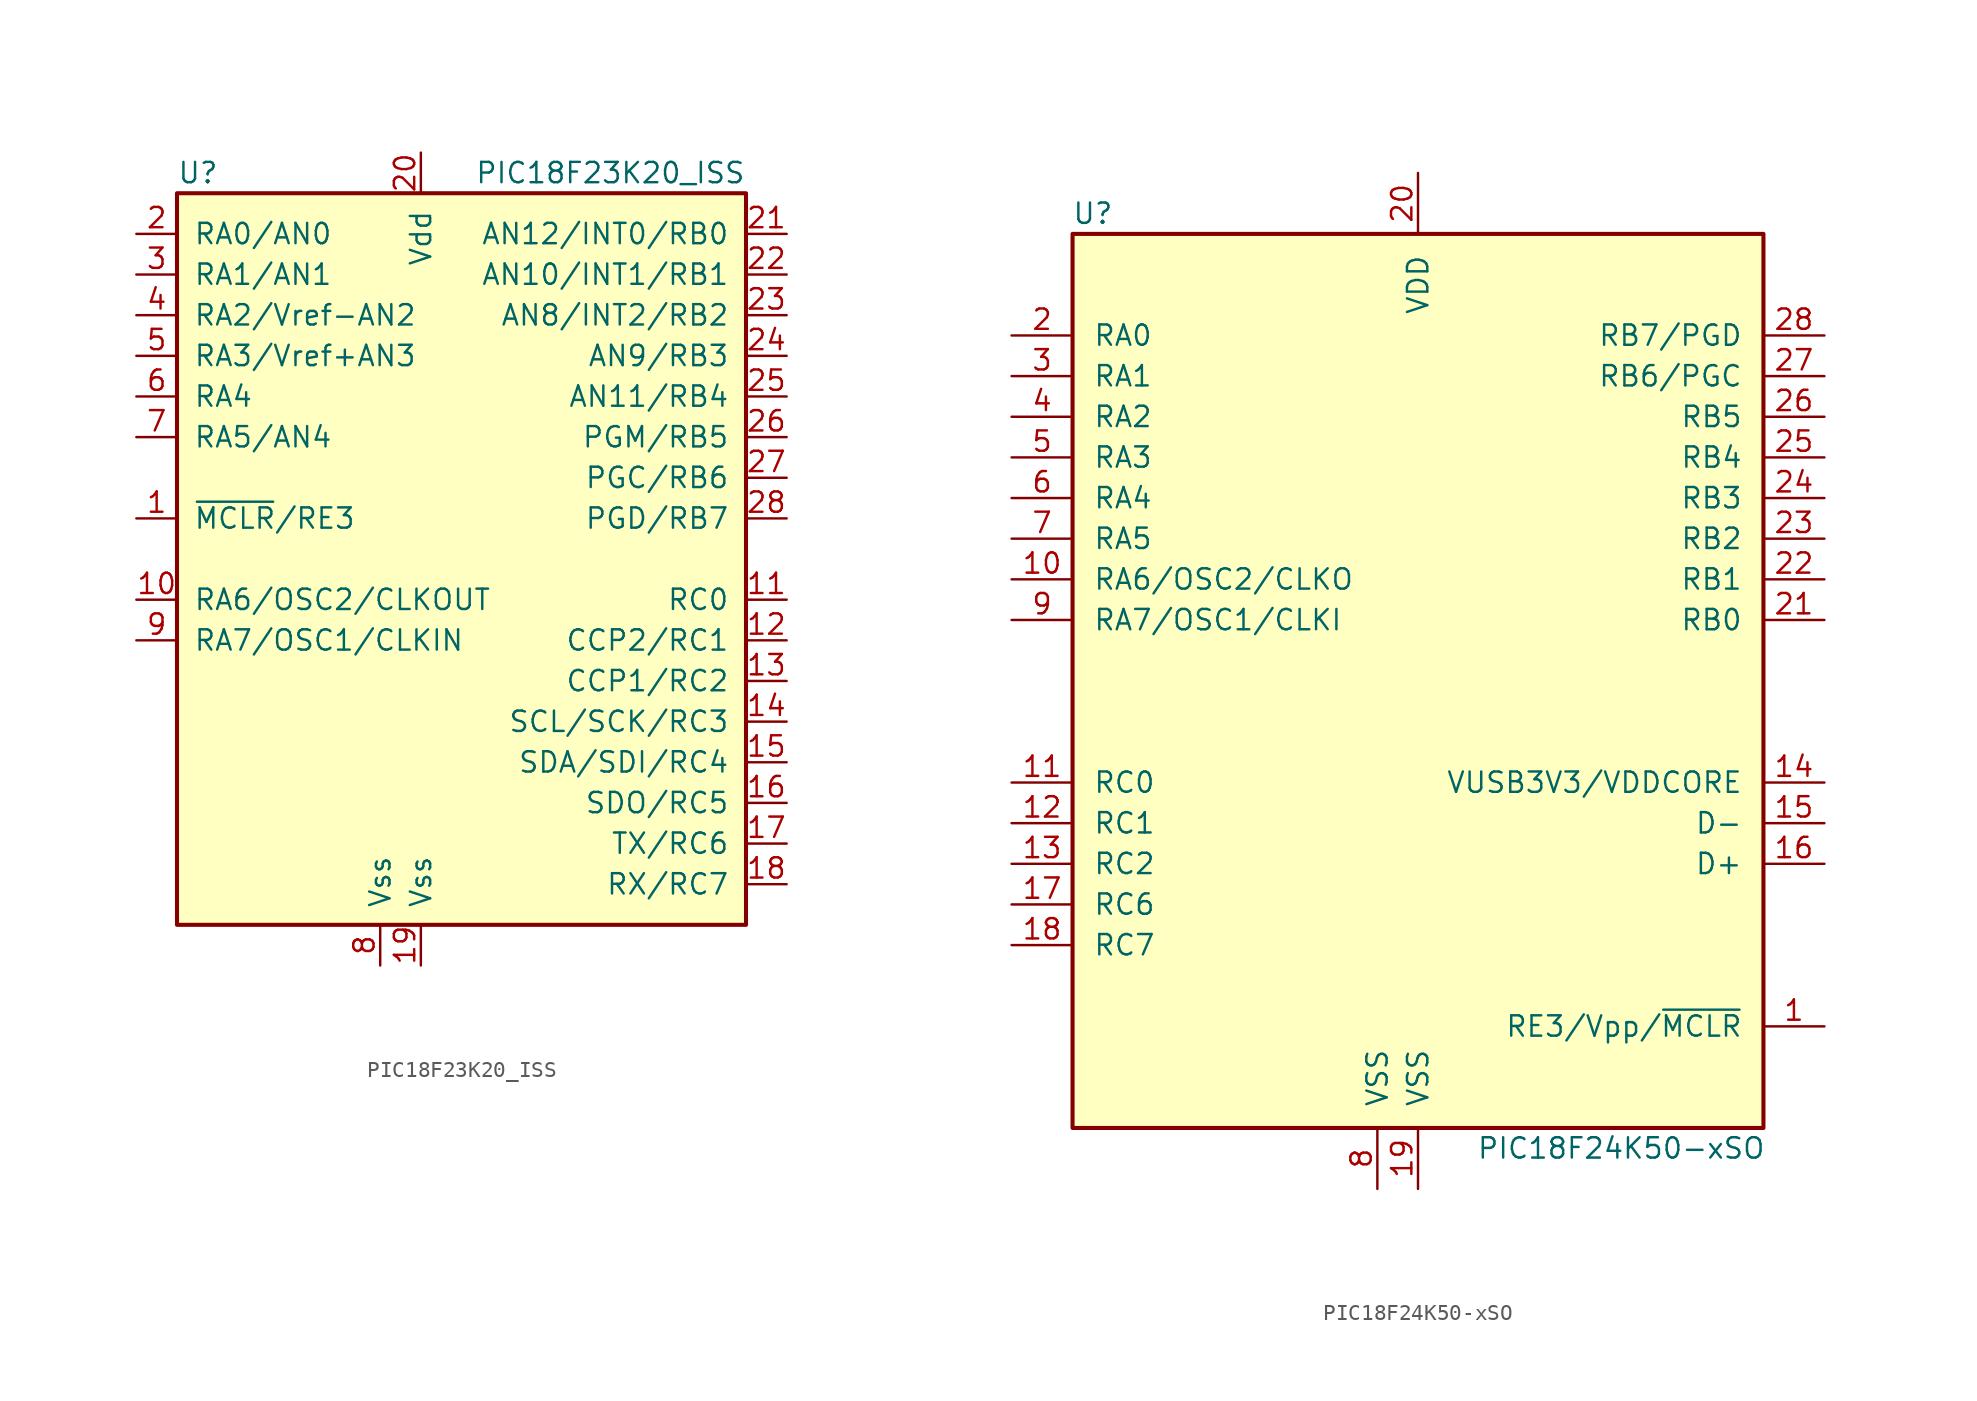
<source format=kicad_sym>
(kicad_symbol_lib
  (version 20201005)
  (generator kicad_symbol_editor)
  (symbol "PIC18F23K20_ISS"
    (pin_names
      (offset 1.016))
    (property "Reference" "U"
      (at -17.78 24.13 0)
      (effects (font (size 1.27 1.27)) (justify left)))
    (property "Value" "PIC18F23K20_ISS"
      (at 17.78 24.13 0)
      (effects (font (size 1.27 1.27)) (justify right)))
    (symbol "PIC18F23K20_ISS_0_1"
      (rectangle (start -17.78 22.86) (end 17.78 -22.86) (stroke (width 0.254)) (fill (type background))))
    (symbol "PIC18F23K20_ISS_1_1"
      (pin bidirectional line (at -20.32 2.54 0) (length 2.54) (name "~MCLR~/RE3" (effects (font (size 1.27 1.27)))) (number "1" (effects (font (size 1.27 1.27)))))
      (pin input line (at -20.32 -2.54 0) (length 2.54) (name "RA6/OSC2/CLKOUT" (effects (font (size 1.27 1.27)))) (number "10" (effects (font (size 1.27 1.27)))))
      (pin bidirectional line (at 20.32 -2.54 180) (length 2.54) (name "RC0" (effects (font (size 1.27 1.27)))) (number "11" (effects (font (size 1.27 1.27)))))
      (pin bidirectional line (at 20.32 -5.08 180) (length 2.54) (name "CCP2/RC1" (effects (font (size 1.27 1.27)))) (number "12" (effects (font (size 1.27 1.27)))))
      (pin bidirectional line (at 20.32 -7.62 180) (length 2.54) (name "CCP1/RC2" (effects (font (size 1.27 1.27)))) (number "13" (effects (font (size 1.27 1.27)))))
      (pin bidirectional line (at 20.32 -10.16 180) (length 2.54) (name "SCL/SCK/RC3" (effects (font (size 1.27 1.27)))) (number "14" (effects (font (size 1.27 1.27)))))
      (pin bidirectional line (at 20.32 -12.7 180) (length 2.54) (name "SDA/SDI/RC4" (effects (font (size 1.27 1.27)))) (number "15" (effects (font (size 1.27 1.27)))))
      (pin bidirectional line (at 20.32 -15.24 180) (length 2.54) (name "SDO/RC5" (effects (font (size 1.27 1.27)))) (number "16" (effects (font (size 1.27 1.27)))))
      (pin bidirectional line (at 20.32 -17.78 180) (length 2.54) (name "TX/RC6" (effects (font (size 1.27 1.27)))) (number "17" (effects (font (size 1.27 1.27)))))
      (pin bidirectional line (at 20.32 -20.32 180) (length 2.54) (name "RX/RC7" (effects (font (size 1.27 1.27)))) (number "18" (effects (font (size 1.27 1.27)))))
      (pin power_in line (at -2.54 -25.4 90) (length 2.54) (name "Vss" (effects (font (size 1.27 1.27)))) (number "19" (effects (font (size 1.27 1.27)))))
      (pin bidirectional line (at -20.32 20.32 0) (length 2.54) (name "RA0/AN0" (effects (font (size 1.27 1.27)))) (number "2" (effects (font (size 1.27 1.27)))))
      (pin power_in line (at -2.54 25.4 270) (length 2.54) (name "Vdd" (effects (font (size 1.27 1.27)))) (number "20" (effects (font (size 1.27 1.27)))))
      (pin bidirectional line (at 20.32 20.32 180) (length 2.54) (name "AN12/INT0/RB0" (effects (font (size 1.27 1.27)))) (number "21" (effects (font (size 1.27 1.27)))))
      (pin bidirectional line (at 20.32 17.78 180) (length 2.54) (name "AN10/INT1/RB1" (effects (font (size 1.27 1.27)))) (number "22" (effects (font (size 1.27 1.27)))))
      (pin bidirectional line (at 20.32 15.24 180) (length 2.54) (name "AN8/INT2/RB2" (effects (font (size 1.27 1.27)))) (number "23" (effects (font (size 1.27 1.27)))))
      (pin bidirectional line (at 20.32 12.7 180) (length 2.54) (name "AN9/RB3" (effects (font (size 1.27 1.27)))) (number "24" (effects (font (size 1.27 1.27)))))
      (pin bidirectional line (at 20.32 10.16 180) (length 2.54) (name "AN11/RB4" (effects (font (size 1.27 1.27)))) (number "25" (effects (font (size 1.27 1.27)))))
      (pin bidirectional line (at 20.32 7.62 180) (length 2.54) (name "PGM/RB5" (effects (font (size 1.27 1.27)))) (number "26" (effects (font (size 1.27 1.27)))))
      (pin bidirectional line (at 20.32 5.08 180) (length 2.54) (name "PGC/RB6" (effects (font (size 1.27 1.27)))) (number "27" (effects (font (size 1.27 1.27)))))
      (pin bidirectional line (at 20.32 2.54 180) (length 2.54) (name "PGD/RB7" (effects (font (size 1.27 1.27)))) (number "28" (effects (font (size 1.27 1.27)))))
      (pin bidirectional line (at -20.32 17.78 0) (length 2.54) (name "RA1/AN1" (effects (font (size 1.27 1.27)))) (number "3" (effects (font (size 1.27 1.27)))))
      (pin bidirectional line (at -20.32 15.24 0) (length 2.54) (name "RA2/Vref-AN2" (effects (font (size 1.27 1.27)))) (number "4" (effects (font (size 1.27 1.27)))))
      (pin bidirectional line (at -20.32 12.7 0) (length 2.54) (name "RA3/Vref+AN3" (effects (font (size 1.27 1.27)))) (number "5" (effects (font (size 1.27 1.27)))))
      (pin power_in line (at -20.32 10.16 0) (length 2.54) (name "RA4" (effects (font (size 1.27 1.27)))) (number "6" (effects (font (size 1.27 1.27)))))
      (pin bidirectional line (at -20.32 7.62 0) (length 2.54) (name "RA5/AN4" (effects (font (size 1.27 1.27)))) (number "7" (effects (font (size 1.27 1.27)))))
      (pin power_in line (at -5.08 -25.4 90) (length 2.54) (name "Vss" (effects (font (size 1.27 1.27)))) (number "8" (effects (font (size 1.27 1.27)))))
      (pin input line (at -20.32 -5.08 0) (length 2.54) (name "RA7/OSC1/CLKIN" (effects (font (size 1.27 1.27)))) (number "9" (effects (font (size 1.27 1.27)))))))
  (symbol "PIC18F24K50-xSO"
    (pin_names
      (offset 1.27))
    (property "Reference" "U"
      (at -20.32 30.48 0)
      (effects (font (size 1.27 1.27))))
    (property "Value" "PIC18F24K50-xSO"
      (at 12.7 -27.94 0)
      (effects (font (size 1.27 1.27))))
    (symbol "PIC18F24K50-xSO_0_1"
      (rectangle (start -21.59 29.21) (end 21.59 -26.67) (stroke (width 0.254)) (fill (type background))))
    (symbol "PIC18F24K50-xSO_1_1"
      (pin input line (at 25.4 -20.32 180) (length 3.81) (name "RE3/Vpp/~MCLR~" (effects (font (size 1.27 1.27)))) (number "1" (effects (font (size 1.27 1.27)))))
      (pin output line (at -25.4 7.62 0) (length 3.81) (name "RA6/OSC2/CLKO" (effects (font (size 1.27 1.27)))) (number "10" (effects (font (size 1.27 1.27)))))
      (pin bidirectional line (at -25.4 -5.08 0) (length 3.81) (name "RC0" (effects (font (size 1.27 1.27)))) (number "11" (effects (font (size 1.27 1.27)))))
      (pin bidirectional line (at -25.4 -7.62 0) (length 3.81) (name "RC1" (effects (font (size 1.27 1.27)))) (number "12" (effects (font (size 1.27 1.27)))))
      (pin bidirectional line (at -25.4 -10.16 0) (length 3.81) (name "RC2" (effects (font (size 1.27 1.27)))) (number "13" (effects (font (size 1.27 1.27)))))
      (pin bidirectional line (at 25.4 -5.08 180) (length 3.81) (name "VUSB3V3/VDDCORE" (effects (font (size 1.27 1.27)))) (number "14" (effects (font (size 1.27 1.27)))))
      (pin bidirectional line (at 25.4 -7.62 180) (length 3.81) (name "D-" (effects (font (size 1.27 1.27)))) (number "15" (effects (font (size 1.27 1.27)))))
      (pin bidirectional line (at 25.4 -10.16 180) (length 3.81) (name "D+" (effects (font (size 1.27 1.27)))) (number "16" (effects (font (size 1.27 1.27)))))
      (pin bidirectional line (at -25.4 -12.7 0) (length 3.81) (name "RC6" (effects (font (size 1.27 1.27)))) (number "17" (effects (font (size 1.27 1.27)))))
      (pin bidirectional line (at -25.4 -15.24 0) (length 3.81) (name "RC7" (effects (font (size 1.27 1.27)))) (number "18" (effects (font (size 1.27 1.27)))))
      (pin power_in line (at 0 -30.48 90) (length 3.81) (name "VSS" (effects (font (size 1.27 1.27)))) (number "19" (effects (font (size 1.27 1.27)))))
      (pin bidirectional line (at -25.4 22.86 0) (length 3.81) (name "RA0" (effects (font (size 1.27 1.27)))) (number "2" (effects (font (size 1.27 1.27)))))
      (pin power_in line (at 0 33.02 270) (length 3.81) (name "VDD" (effects (font (size 1.27 1.27)))) (number "20" (effects (font (size 1.27 1.27)))))
      (pin bidirectional line (at 25.4 5.08 180) (length 3.81) (name "RB0" (effects (font (size 1.27 1.27)))) (number "21" (effects (font (size 1.27 1.27)))))
      (pin bidirectional line (at 25.4 7.62 180) (length 3.81) (name "RB1" (effects (font (size 1.27 1.27)))) (number "22" (effects (font (size 1.27 1.27)))))
      (pin bidirectional line (at 25.4 10.16 180) (length 3.81) (name "RB2" (effects (font (size 1.27 1.27)))) (number "23" (effects (font (size 1.27 1.27)))))
      (pin bidirectional line (at 25.4 12.7 180) (length 3.81) (name "RB3" (effects (font (size 1.27 1.27)))) (number "24" (effects (font (size 1.27 1.27)))))
      (pin bidirectional line (at 25.4 15.24 180) (length 3.81) (name "RB4" (effects (font (size 1.27 1.27)))) (number "25" (effects (font (size 1.27 1.27)))))
      (pin bidirectional line (at 25.4 17.78 180) (length 3.81) (name "RB5" (effects (font (size 1.27 1.27)))) (number "26" (effects (font (size 1.27 1.27)))))
      (pin bidirectional line (at 25.4 20.32 180) (length 3.81) (name "RB6/PGC" (effects (font (size 1.27 1.27)))) (number "27" (effects (font (size 1.27 1.27)))))
      (pin bidirectional line (at 25.4 22.86 180) (length 3.81) (name "RB7/PGD" (effects (font (size 1.27 1.27)))) (number "28" (effects (font (size 1.27 1.27)))))
      (pin bidirectional line (at -25.4 20.32 0) (length 3.81) (name "RA1" (effects (font (size 1.27 1.27)))) (number "3" (effects (font (size 1.27 1.27)))))
      (pin bidirectional line (at -25.4 17.78 0) (length 3.81) (name "RA2" (effects (font (size 1.27 1.27)))) (number "4" (effects (font (size 1.27 1.27)))))
      (pin bidirectional line (at -25.4 15.24 0) (length 3.81) (name "RA3" (effects (font (size 1.27 1.27)))) (number "5" (effects (font (size 1.27 1.27)))))
      (pin bidirectional line (at -25.4 12.7 0) (length 3.81) (name "RA4" (effects (font (size 1.27 1.27)))) (number "6" (effects (font (size 1.27 1.27)))))
      (pin bidirectional line (at -25.4 10.16 0) (length 3.81) (name "RA5" (effects (font (size 1.27 1.27)))) (number "7" (effects (font (size 1.27 1.27)))))
      (pin power_in line (at -2.54 -30.48 90) (length 3.81) (name "VSS" (effects (font (size 1.27 1.27)))) (number "8" (effects (font (size 1.27 1.27)))))
      (pin input line (at -25.4 5.08 0) (length 3.81) (name "RA7/OSC1/CLKI" (effects (font (size 1.27 1.27)))) (number "9" (effects (font (size 1.27 1.27))))))))
</source>
